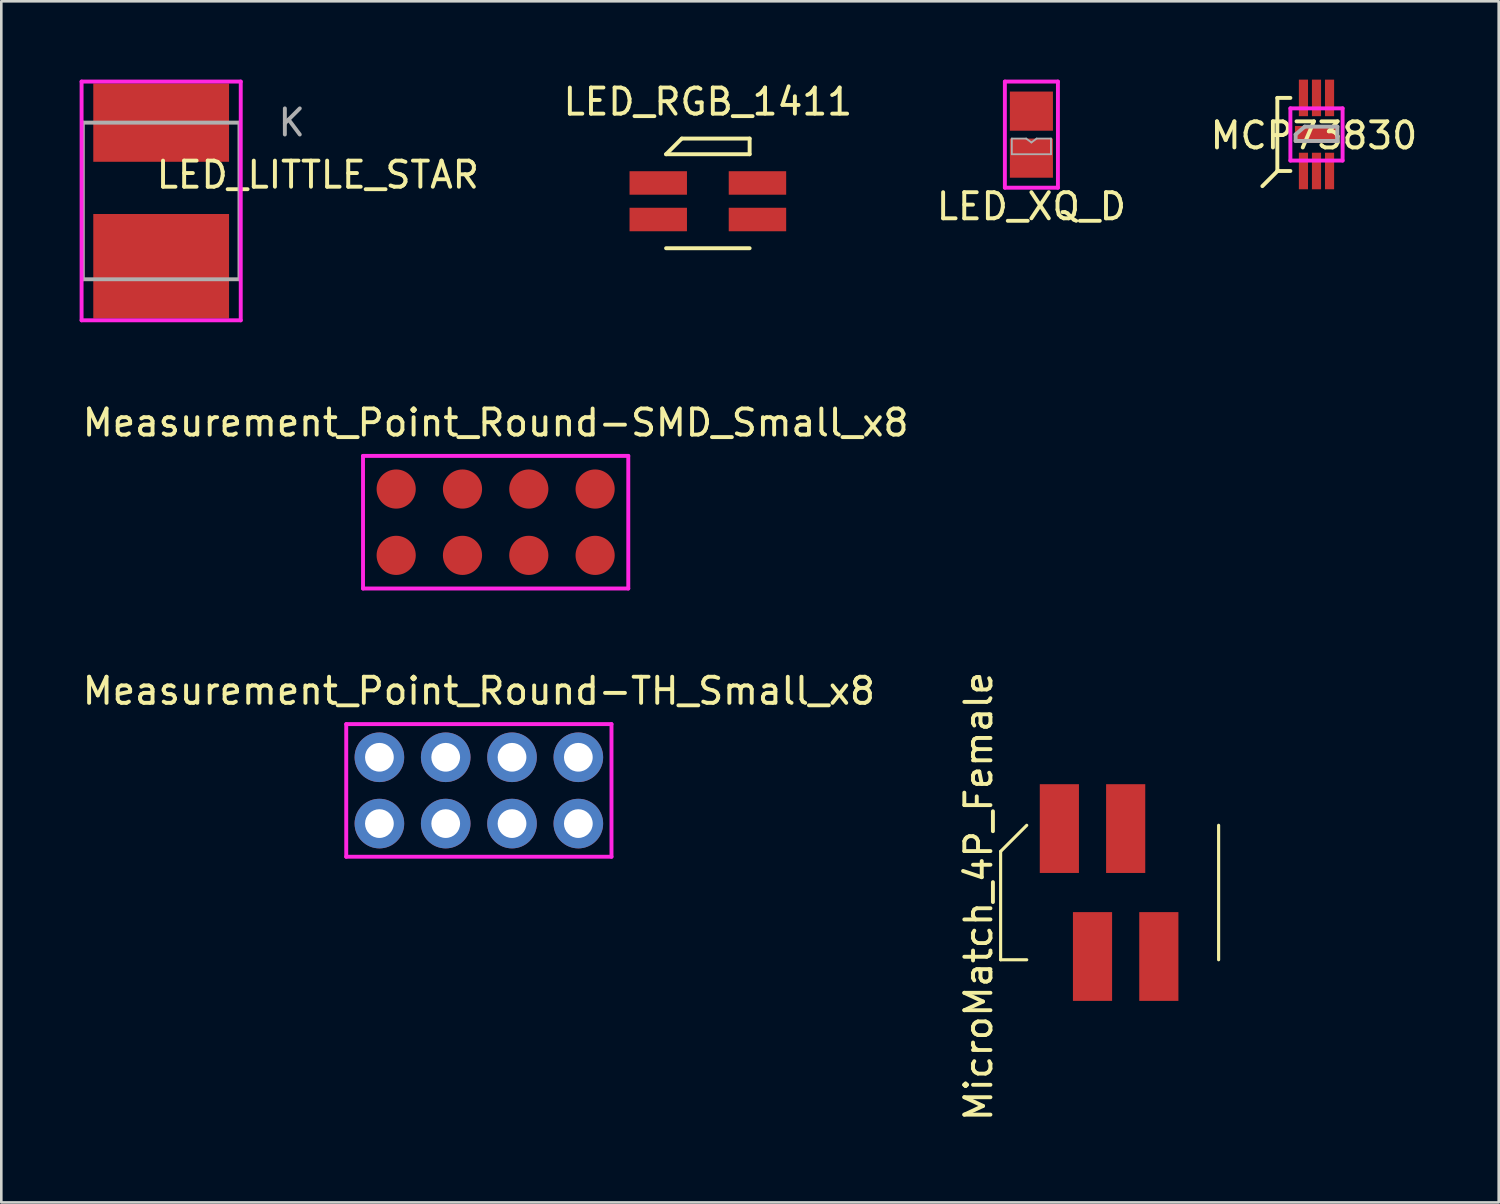
<source format=kicad_pcb>
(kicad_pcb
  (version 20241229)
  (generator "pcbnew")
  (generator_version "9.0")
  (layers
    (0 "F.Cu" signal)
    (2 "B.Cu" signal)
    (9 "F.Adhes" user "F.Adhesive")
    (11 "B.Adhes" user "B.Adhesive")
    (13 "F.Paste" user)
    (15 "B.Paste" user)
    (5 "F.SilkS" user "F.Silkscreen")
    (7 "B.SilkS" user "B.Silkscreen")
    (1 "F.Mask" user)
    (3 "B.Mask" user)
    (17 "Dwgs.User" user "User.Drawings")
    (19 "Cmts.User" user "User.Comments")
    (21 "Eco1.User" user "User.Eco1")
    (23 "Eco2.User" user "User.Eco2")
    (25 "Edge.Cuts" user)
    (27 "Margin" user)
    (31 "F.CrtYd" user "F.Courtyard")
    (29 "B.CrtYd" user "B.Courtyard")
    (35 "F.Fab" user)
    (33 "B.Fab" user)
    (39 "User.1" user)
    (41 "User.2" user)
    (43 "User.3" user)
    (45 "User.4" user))
  (footprint "LED_RGB_1411"
    (layer "F.Cu")
    (at 24.063 4.658)
    (property "Reference" "LED_RGB_1411" (at 0 -3.81 0) (layer "F.SilkS") (effects (font (size 1 1) (thickness 0.15))))
    (attr through_hole)
    (fp_line (start -1.6 -1.8) (end 1.6 -1.8) (stroke (width 0.15) (type solid)) (layer "F.SilkS"))
    (fp_line (start -1 -2.4) (end -1.6 -1.8) (stroke (width 0.15) (type solid)) (layer "F.SilkS"))
    (fp_line (start -1 -2.4) (end 1.6 -2.4) (stroke (width 0.15) (type solid)) (layer "F.SilkS"))
    (fp_line (start 1.6 -2.4) (end 1.6 -1.8) (stroke (width 0.15) (type solid)) (layer "F.SilkS"))
    (fp_line (start 1.6 1.8) (end -1.6 1.8) (stroke (width 0.15) (type solid)) (layer "F.SilkS"))
    (pad "1" smd rect (at 1.9 -0.7) (size 2.2 0.9) (layers "F.Cu" "F.Mask" "F.Paste"))
    (pad "2" smd rect (at 1.9 0.7) (size 2.2 0.9) (layers "F.Cu" "F.Mask" "F.Paste"))
    (pad "3" smd rect (at -1.9 -0.7) (size 2.2 0.9) (layers "F.Cu" "F.Mask" "F.Paste"))
    (pad "4" smd rect (at -1.9 0.7) (size 2.2 0.9) (layers "F.Cu" "F.Mask" "F.Paste")))
  (footprint "Measurement_Point_Round-SMD_Small_x8"
    (layer "F.Cu")
    (at 15.935 16.952)
    (property "Reference" "Measurement_Point_Round-SMD_Small_x8" (at 0 -3.81 0) (layer "F.SilkS") (effects (font (size 1 1) (thickness 0.15))))
    (attr exclude_from_pos_files exclude_from_bom)
    (fp_line (start -5.08 -2.54) (end -5.08 2.54) (stroke (width 0.15) (type solid)) (layer "F.CrtYd"))
    (fp_line (start -5.08 2.54) (end 5.08 2.54) (stroke (width 0.15) (type solid)) (layer "F.CrtYd"))
    (fp_line (start 5.08 -2.54) (end -5.08 -2.54) (stroke (width 0.15) (type solid)) (layer "F.CrtYd"))
    (fp_line (start 5.08 2.54) (end 5.08 -2.54) (stroke (width 0.15) (type solid)) (layer "F.CrtYd"))
    (pad "1" smd circle (at -3.81 -1.27) (size 1.5 1.5) (layers "F.Cu" "F.Mask" "F.Paste"))
    (pad "1" smd circle (at -3.81 1.27) (size 1.5 1.5) (layers "F.Cu" "F.Mask" "F.Paste"))
    (pad "1" smd circle (at -1.27 -1.27) (size 1.5 1.5) (layers "F.Cu" "F.Mask" "F.Paste"))
    (pad "1" smd circle (at -1.27 1.27) (size 1.5 1.5) (layers "F.Cu" "F.Mask" "F.Paste"))
    (pad "1" smd circle (at 1.27 -1.27) (size 1.5 1.5) (layers "F.Cu" "F.Mask" "F.Paste"))
    (pad "1" smd circle (at 1.27 1.27) (size 1.5 1.5) (layers "F.Cu" "F.Mask" "F.Paste"))
    (pad "1" smd circle (at 3.81 -1.27) (size 1.5 1.5) (layers "F.Cu" "F.Mask" "F.Paste"))
    (pad "1" smd circle (at 3.81 1.27) (size 1.5 1.5) (layers "F.Cu" "F.Mask" "F.Paste")))
  (footprint "LED_LITTLE_STAR"
    (layer "F.Cu")
    (at 3.123 4.647)
    (property "Reference" "LED_LITTLE_STAR" (at 6 -1 0) (layer "F.SilkS") (effects (font (size 1 1) (thickness 0.15))))
    (attr through_hole)
    (fp_line (start -3.048 -4.572) (end -3.048 4.572) (stroke (width 0.15) (type solid)) (layer "F.CrtYd"))
    (fp_line (start -3.048 4.572) (end 3.048 4.572) (stroke (width 0.15) (type solid)) (layer "F.CrtYd"))
    (fp_line (start 3.048 -4.572) (end -3.048 -4.572) (stroke (width 0.15) (type solid)) (layer "F.CrtYd"))
    (fp_line (start 3.048 4.572) (end 3.048 -4.572) (stroke (width 0.15) (type solid)) (layer "F.CrtYd"))
    (fp_line (start -3 -3) (end 3 -3) (stroke (width 0.15) (type solid)) (layer "F.Fab"))
    (fp_line (start -3 3) (end -3 -3) (stroke (width 0.15) (type solid)) (layer "F.Fab"))
    (fp_line (start 3 -3) (end 3 3) (stroke (width 0.15) (type solid)) (layer "F.Fab"))
    (fp_line (start 3 3) (end -3 3) (stroke (width 0.15) (type solid)) (layer "F.Fab"))
    (fp_text user "K" (at 5 -3 0) (layer "F.Fab") (effects (font (size 1 1) (thickness 0.15))))
    (pad "1" smd rect (at 0 -3) (size 5.2 3) (layers "F.Cu" "F.Mask" "F.Paste"))
    (pad "2" smd rect (at 0 2.5) (size 5.2 4) (layers "F.Cu" "F.Mask" "F.Paste")))
  (footprint "LED_XQ_D"
    (layer "F.Cu")
    (at 36.456 2.107)
    (property "Reference" "LED_XQ_D" (at 0 2.75 0) (layer "F.SilkS") (effects (font (size 1 1) (thickness 0.15))))
    (attr through_hole)
    (fp_line (start -1.016 -2.032) (end -1.016 2.032) (stroke (width 0.15) (type solid)) (layer "F.CrtYd"))
    (fp_line (start -1.016 2.032) (end 1.016 2.032) (stroke (width 0.15) (type solid)) (layer "F.CrtYd"))
    (fp_line (start 1.016 -2.032) (end -1.016 -2.032) (stroke (width 0.15) (type solid)) (layer "F.CrtYd"))
    (fp_line (start 1.016 2.032) (end 1.016 -2.032) (stroke (width 0.15) (type solid)) (layer "F.CrtYd"))
    (fp_line (start -0.75 0.15) (end -0.75 0.75) (stroke (width 0.07) (type solid)) (layer "F.Fab"))
    (fp_line (start -0.75 0.75) (end 0.75 0.75) (stroke (width 0.07) (type solid)) (layer "F.Fab"))
    (fp_line (start -0.2 0.15) (end -0.75 0.15) (stroke (width 0.07) (type solid)) (layer "F.Fab"))
    (fp_line (start 0 0.3) (end -0.2 0.15) (stroke (width 0.07) (type solid)) (layer "F.Fab"))
    (fp_line (start 0.2 0.15) (end 0 0.3) (stroke (width 0.07) (type solid)) (layer "F.Fab"))
    (fp_line (start 0.75 0.15) (end 0.2 0.15) (stroke (width 0.07) (type solid)) (layer "F.Fab"))
    (fp_line (start 0.75 0.75) (end 0.75 0.15) (stroke (width 0.07) (type solid)) (layer "F.Fab"))
    (pad "1" smd rect (at 0 -0.9) (size 1.65 1.5) (layers "F.Cu" "F.Mask" "F.Paste"))
    (pad "2" smd rect (at 0 0.9) (size 1.65 1.5) (layers "F.Cu" "F.Mask" "F.Paste")))
  (footprint "MicroMatch_4P_Female"
    (layer "F.Cu")
    (at 39.432 31.137)
    (property "Reference" "MicroMatch_4P_Female" (at -5 0.15 90) (layer "F.SilkS") (effects (font (size 1 1) (thickness 0.15))))
    (attr through_hole)
    (fp_line (start -4.155 -1.575) (end -4.155 2.575) (stroke (width 0.12) (type solid)) (layer "F.SilkS"))
    (fp_line (start -4.155 -1.575) (end -3.155 -2.575) (stroke (width 0.12) (type solid)) (layer "F.SilkS"))
    (fp_line (start -4.155 2.575) (end -3.155 2.575) (stroke (width 0.12) (type solid)) (layer "F.SilkS"))
    (fp_line (start 4.195 -2.575) (end 4.195 2.575) (stroke (width 0.12) (type solid)) (layer "F.SilkS"))
    (pad "1" smd rect (at -1.905 -2.45 180) (size 1.5 3.4) (layers "F.Cu" "F.Mask" "F.Paste"))
    (pad "2" smd rect (at -0.635 2.45 180) (size 1.5 3.4) (layers "F.Cu" "F.Mask" "F.Paste"))
    (pad "3" smd rect (at 0.635 -2.45 180) (size 1.5 3.4) (layers "F.Cu" "F.Mask" "F.Paste"))
    (pad "4" smd rect (at 1.905 2.45 180) (size 1.5 3.4) (layers "F.Cu" "F.Mask" "F.Paste")))
  (footprint "Measurement_Point_Round-TH_Small_x8"
    (layer "F.Cu")
    (at 15.292 27.226)
    (property "Reference" "Measurement_Point_Round-TH_Small_x8" (at 0 -3.81 0) (layer "F.SilkS") (effects (font (size 1 1) (thickness 0.15))))
    (attr exclude_from_pos_files exclude_from_bom)
    (fp_line (start -5.08 -2.54) (end -5.08 2.54) (stroke (width 0.15) (type solid)) (layer "F.CrtYd"))
    (fp_line (start -5.08 2.54) (end 5.08 2.54) (stroke (width 0.15) (type solid)) (layer "F.CrtYd"))
    (fp_line (start 5.08 -2.54) (end -5.08 -2.54) (stroke (width 0.15) (type solid)) (layer "F.CrtYd"))
    (fp_line (start 5.08 2.54) (end 5.08 -2.54) (stroke (width 0.15) (type solid)) (layer "F.CrtYd"))
    (pad "1" thru_hole circle (at -3.81 -1.27) (size 1.9 1.9) (drill 1.1) (layers "*.Cu" "*.Mask"))
    (pad "1" thru_hole circle (at -3.81 1.27) (size 1.9 1.9) (drill 1.1) (layers "*.Cu" "*.Mask"))
    (pad "1" thru_hole circle (at -1.27 -1.27) (size 1.9 1.9) (drill 1.1) (layers "*.Cu" "*.Mask"))
    (pad "1" thru_hole circle (at -1.27 1.27) (size 1.9 1.9) (drill 1.1) (layers "*.Cu" "*.Mask"))
    (pad "1" thru_hole circle (at 1.27 -1.27) (size 1.9 1.9) (drill 1.1) (layers "*.Cu" "*.Mask"))
    (pad "1" thru_hole circle (at 1.27 1.27) (size 1.9 1.9) (drill 1.1) (layers "*.Cu" "*.Mask"))
    (pad "1" thru_hole circle (at 3.81 -1.27) (size 1.9 1.9) (drill 1.1) (layers "*.Cu" "*.Mask"))
    (pad "1" thru_hole circle (at 3.81 1.27) (size 1.9 1.9) (drill 1.1) (layers "*.Cu" "*.Mask")))
  (footprint "MCP73830"
    (layer "F.Cu")
    (at 46.376 1.1)
    (property "Reference" "MCP73830" (at 0.902 1.043 180) (layer "F.SilkS") (effects (font (size 1 1) (thickness 0.15))))
    (attr through_hole)
    (fp_line (start -0.5 2.4) (end -0.5 -0.4) (stroke (width 0.15) (type solid)) (layer "F.SilkS"))
    (fp_line (start -0.473 2.38) (end -1.073 2.98) (stroke (width 0.15) (type solid)) (layer "F.SilkS"))
    (fp_line (start 0 -0.4) (end -0.5 -0.4) (stroke (width 0.15) (type solid)) (layer "F.SilkS"))
    (fp_line (start 0 2.4) (end -0.5 2.4) (stroke (width 0.15) (type solid)) (layer "F.SilkS"))
    (fp_line (start 0 0) (end 2 0) (stroke (width 0.15) (type solid)) (layer "F.CrtYd"))
    (fp_line (start 0 2) (end 0 0) (stroke (width 0.15) (type solid)) (layer "F.CrtYd"))
    (fp_line (start 2 0) (end 2 2) (stroke (width 0.15) (type solid)) (layer "F.CrtYd"))
    (fp_line (start 2 2) (end 0 2) (stroke (width 0.15) (type solid)) (layer "F.CrtYd"))
    (fp_line (start 0.2 1) (end 0.2 1.25) (stroke (width 0.15) (type solid)) (layer "F.Fab"))
    (fp_line (start 0.2 1.25) (end 1.8 1.25) (stroke (width 0.15) (type solid)) (layer "F.Fab"))
    (fp_line (start 0.55 0.7) (end 0.2 1) (stroke (width 0.15) (type solid)) (layer "F.Fab"))
    (fp_line (start 1.8 0.7) (end 0.55 0.7) (stroke (width 0.15) (type solid)) (layer "F.Fab"))
    (fp_line (start 1.8 1.25) (end 1.8 0.7) (stroke (width 0.15) (type solid)) (layer "F.Fab"))
    (pad "1" smd rect (at 0.5 2.4) (size 0.35 1.4) (layers "F.Cu" "F.Mask" "F.Paste"))
    (pad "2" smd rect (at 1 2.4) (size 0.35 1.4) (layers "F.Cu" "F.Mask" "F.Paste"))
    (pad "3" smd rect (at 1.5 2.4) (size 0.35 1.4) (layers "F.Cu" "F.Mask" "F.Paste"))
    (pad "4" smd rect (at 1.5 -0.4) (size 0.35 1.4) (layers "F.Cu" "F.Mask" "F.Paste"))
    (pad "5" smd rect (at 1 -0.4) (size 0.35 1.4) (layers "F.Cu" "F.Mask" "F.Paste"))
    (pad "6" smd rect (at 0.5 -0.4) (size 0.35 1.4) (layers "F.Cu" "F.Mask" "F.Paste"))
    (pad "7" smd rect (at 1 1) (size 1.65 0.65) (layers "F.Cu" "F.Mask" "F.Paste")))
  (gr_rect
    (start -3 -3)
    (end 54.355 43.008)
    (stroke (width 0.1) (type default))
    (fill no)
    (layer "Edge.Cuts")))
</source>
